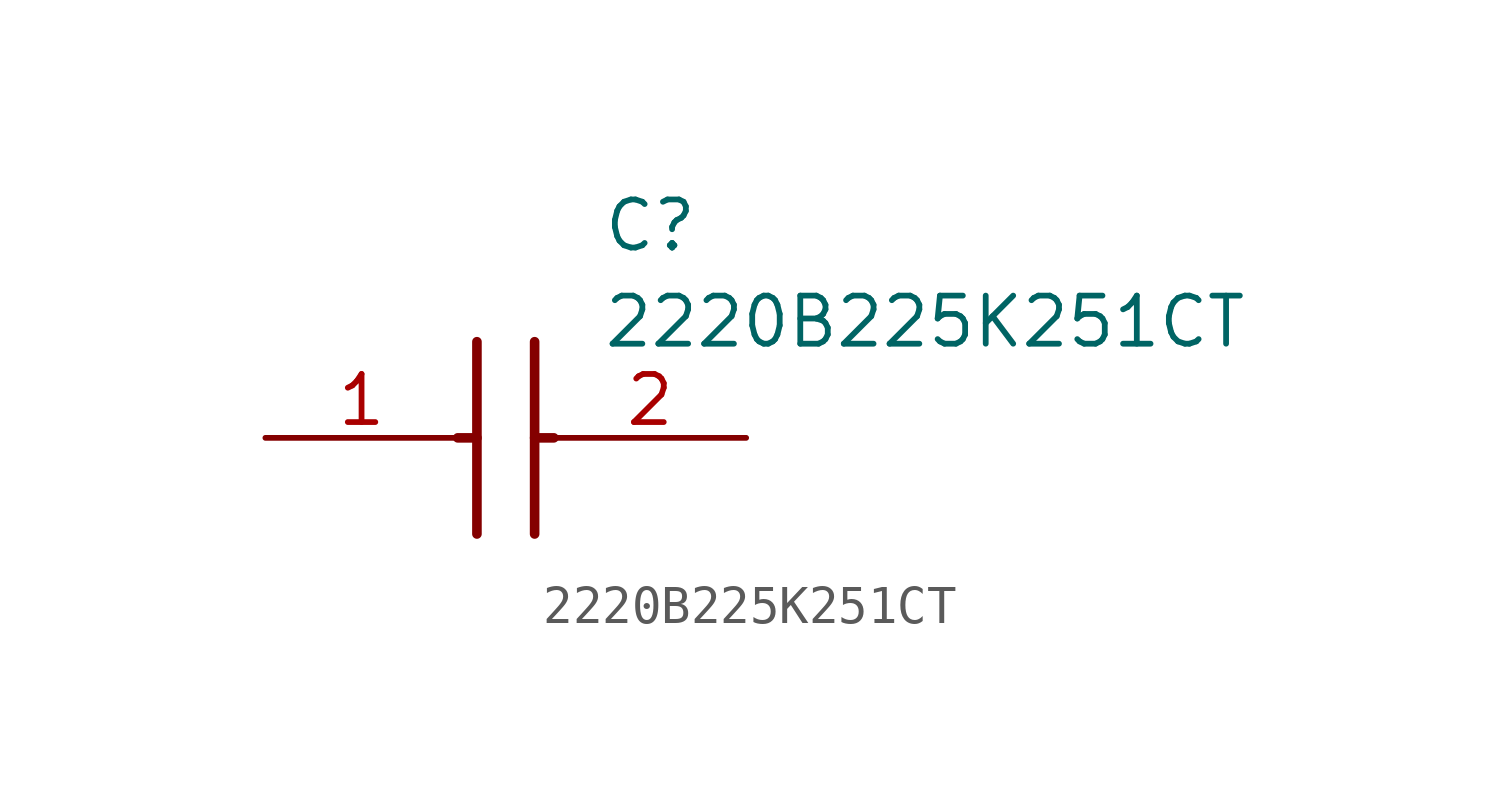
<source format=kicad_sym>
(kicad_symbol_lib
  (version 20211014)
  (generator SamacSys_ECAD_Model)
  (symbol "2220B225K251CT"
    (pin_names hide)
    (property "Reference" "C"
      (at 8.89 6.35 0)
      (effects (font (size 1.27 1.27)) (justify left top)))
    (property "Value" "2220B225K251CT"
      (at 8.89 3.81 0)
      (effects (font (size 1.27 1.27)) (justify left top)))
    (polyline
      (pts (xy 5.588 2.54) (xy 5.588 -2.54))
      (stroke (width 0.254) (type default))
      (fill (type none)))
    (polyline
      (pts (xy 7.112 2.54) (xy 7.112 -2.54))
      (stroke (width 0.254) (type default))
      (fill (type none)))
    (polyline
      (pts (xy 5.08 0) (xy 5.588 0))
      (stroke (width 0.254) (type default))
      (fill (type none)))
    (polyline
      (pts (xy 7.112 0) (xy 7.62 0))
      (stroke (width 0.254) (type default))
      (fill (type none)))
    (pin passive line
      (at 0 0 0)
      (length 5.08)
      (name "1" (effects (font (size 1.27 1.27))))
      (number "1" (effects (font (size 1.27 1.27)))))
    (pin passive line
      (at 12.7 0 180)
      (length 5.08)
      (name "2" (effects (font (size 1.27 1.27))))
      (number "2" (effects (font (size 1.27 1.27)))))))
</source>
